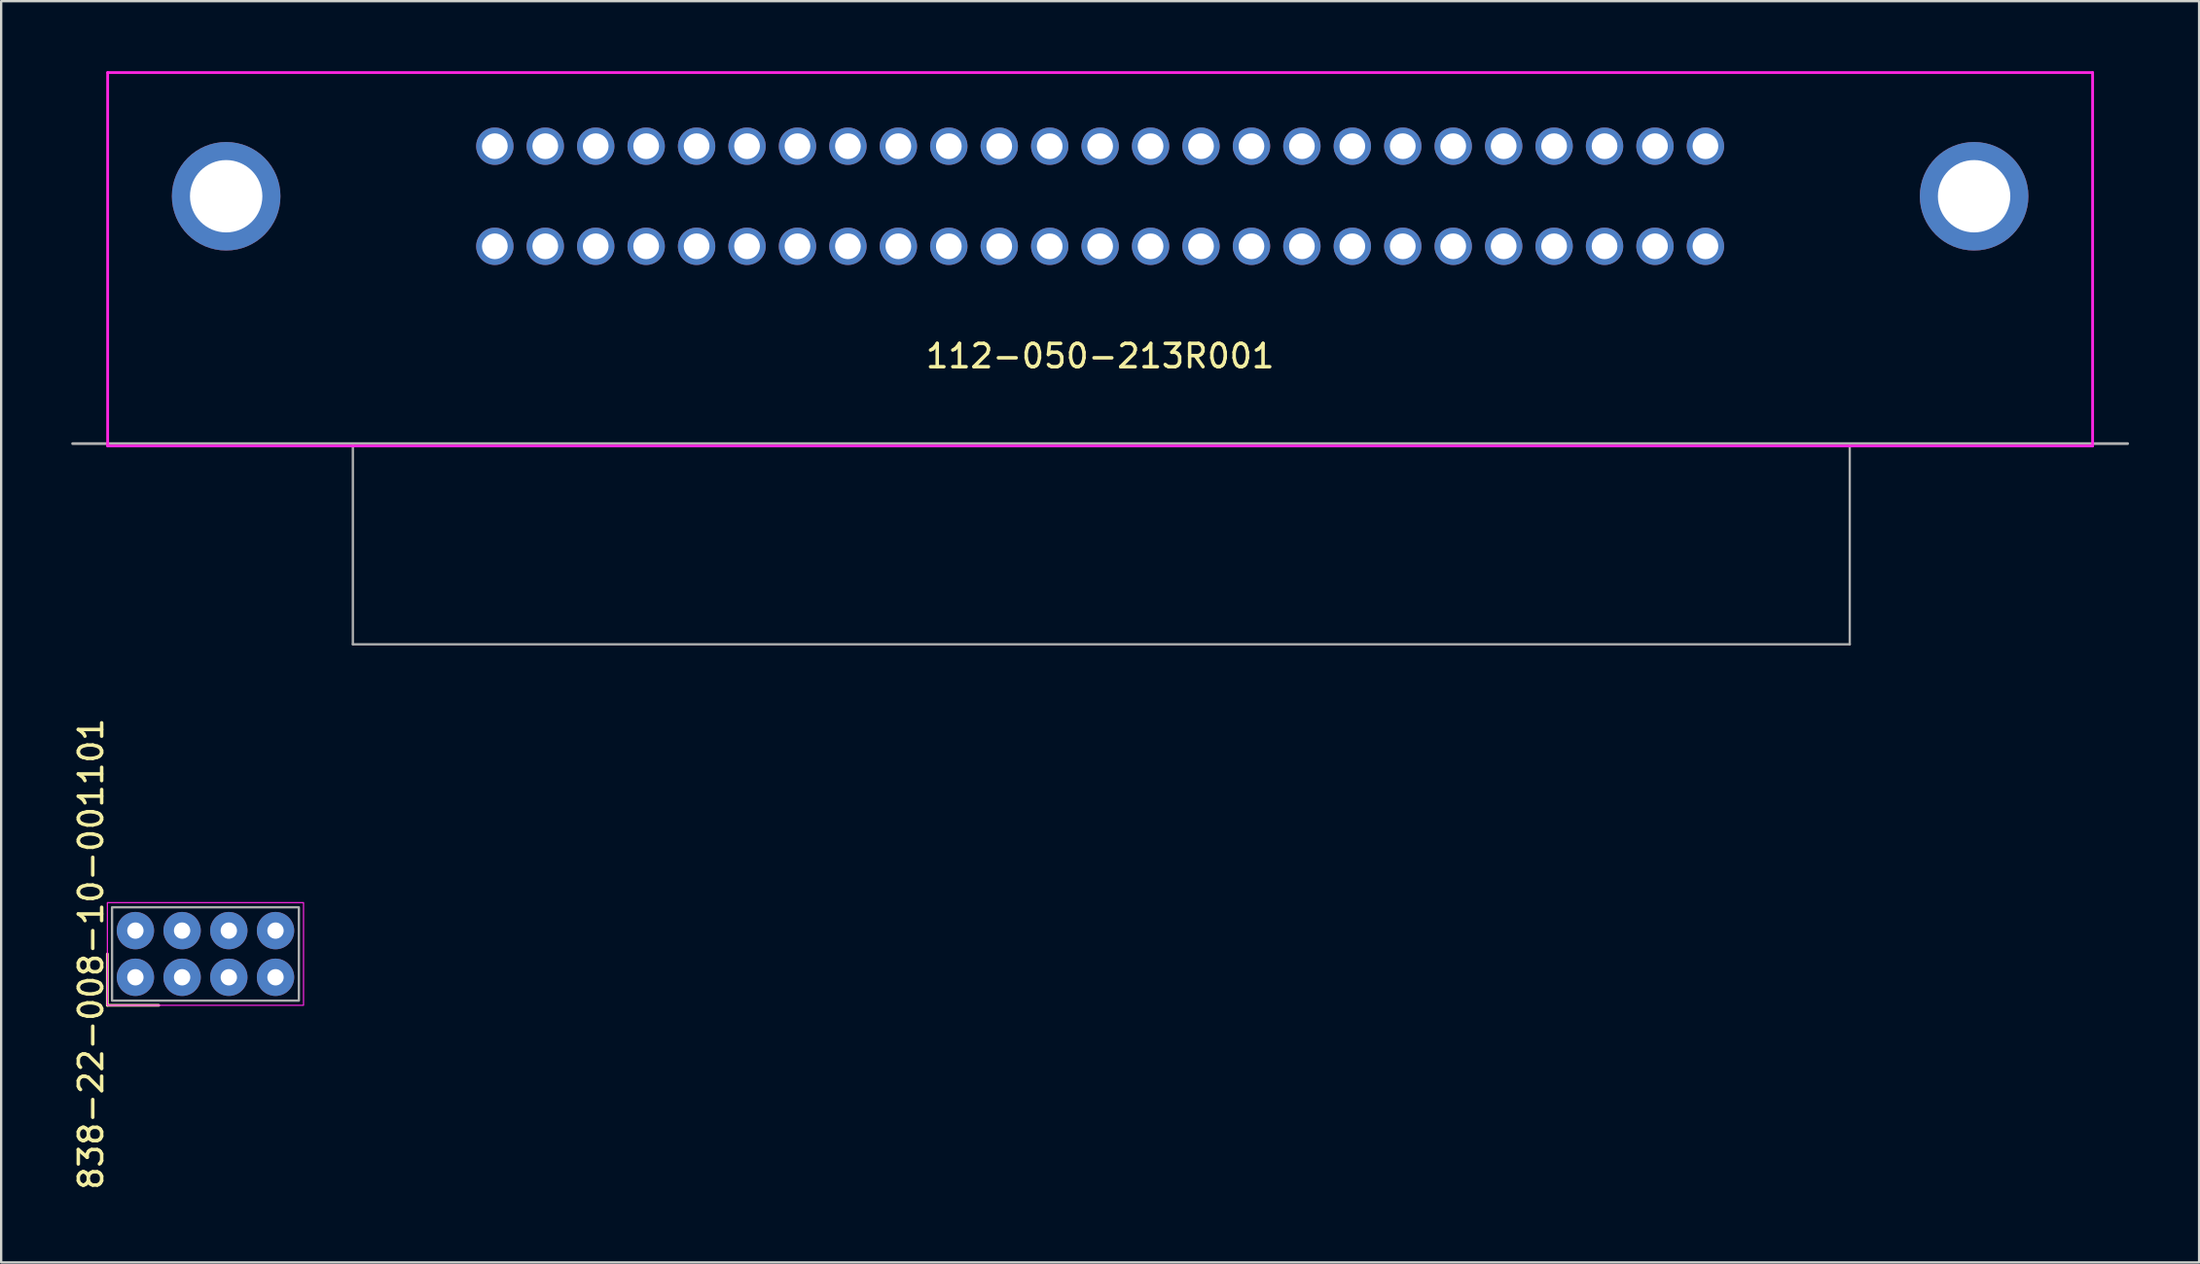
<source format=kicad_pcb>
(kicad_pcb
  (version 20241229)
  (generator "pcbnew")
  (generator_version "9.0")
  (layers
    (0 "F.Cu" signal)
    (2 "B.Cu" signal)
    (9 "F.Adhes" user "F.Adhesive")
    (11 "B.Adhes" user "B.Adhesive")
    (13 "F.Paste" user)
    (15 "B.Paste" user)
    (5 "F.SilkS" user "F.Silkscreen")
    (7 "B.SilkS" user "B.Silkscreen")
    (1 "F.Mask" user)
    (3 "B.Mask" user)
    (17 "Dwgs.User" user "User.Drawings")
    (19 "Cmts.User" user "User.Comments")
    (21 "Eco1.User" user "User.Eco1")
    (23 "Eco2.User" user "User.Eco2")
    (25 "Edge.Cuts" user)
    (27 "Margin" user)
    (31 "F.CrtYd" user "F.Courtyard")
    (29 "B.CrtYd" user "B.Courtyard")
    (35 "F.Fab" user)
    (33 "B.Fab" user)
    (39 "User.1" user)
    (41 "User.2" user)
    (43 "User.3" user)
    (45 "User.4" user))
  (footprint "112-050-213R001"
    (layer "F.Cu")
    (at 44.06 5.36)
    (property "Reference" "112-050-213R001" (at 0 6.85 180) (layer "F.SilkS") (effects (font (size 1 1) (thickness 0.15))))
    (fp_line (start -42.5 -5.3) (end 42.5 -5.3) (stroke (width 0.12) (type solid)) (layer "F.CrtYd"))
    (fp_line (start -42.5 10.7) (end -42.5 -5.3) (stroke (width 0.12) (type solid)) (layer "F.CrtYd"))
    (fp_line (start 42.5 -5.3) (end 42.5 10.7) (stroke (width 0.12) (type solid)) (layer "F.CrtYd"))
    (fp_line (start 42.5 10.7) (end -42.5 10.7) (stroke (width 0.12) (type solid)) (layer "F.CrtYd"))
    (fp_line (start -44 10.6) (end 44 10.6) (stroke (width 0.12) (type solid)) (layer "F.Fab"))
    (fp_line (start -32 19.2) (end -32 10.7) (stroke (width 0.1) (type default)) (layer "F.Fab"))
    (fp_line (start 32.1 19.2) (end -32 19.2) (stroke (width 0.1) (type default)) (layer "F.Fab"))
    (fp_line (start 32.1 19.2) (end 32.1 10.7) (stroke (width 0.1) (type default)) (layer "F.Fab"))
    (pad "1" thru_hole circle (at 25.92 -2.145) (size 1.6 1.6) (drill 1.1) (layers "*.Cu" "*.Mask"))
    (pad "2" thru_hole circle (at 23.76 -2.145) (size 1.6 1.6) (drill 1.1) (layers "*.Cu" "*.Mask"))
    (pad "3" thru_hole circle (at 21.6 -2.145) (size 1.6 1.6) (drill 1.1) (layers "*.Cu" "*.Mask"))
    (pad "4" thru_hole circle (at 19.44 -2.145) (size 1.6 1.6) (drill 1.1) (layers "*.Cu" "*.Mask"))
    (pad "5" thru_hole circle (at 17.28 -2.145) (size 1.6 1.6) (drill 1.1) (layers "*.Cu" "*.Mask"))
    (pad "6" thru_hole circle (at 15.12 -2.145) (size 1.6 1.6) (drill 1.1) (layers "*.Cu" "*.Mask"))
    (pad "7" thru_hole circle (at 12.96 -2.145) (size 1.6 1.6) (drill 1.1) (layers "*.Cu" "*.Mask"))
    (pad "8" thru_hole circle (at 10.8 -2.145) (size 1.6 1.6) (drill 1.1) (layers "*.Cu" "*.Mask"))
    (pad "9" thru_hole circle (at 8.64 -2.145) (size 1.6 1.6) (drill 1.1) (layers "*.Cu" "*.Mask"))
    (pad "10" thru_hole circle (at 6.48 -2.145) (size 1.6 1.6) (drill 1.1) (layers "*.Cu" "*.Mask"))
    (pad "11" thru_hole circle (at 4.32 -2.145) (size 1.6 1.6) (drill 1.1) (layers "*.Cu" "*.Mask"))
    (pad "12" thru_hole circle (at 2.16 -2.145) (size 1.6 1.6) (drill 1.1) (layers "*.Cu" "*.Mask"))
    (pad "13" thru_hole circle (at 0 -2.145) (size 1.6 1.6) (drill 1.1) (layers "*.Cu" "*.Mask"))
    (pad "14" thru_hole circle (at -2.16 -2.145) (size 1.6 1.6) (drill 1.1) (layers "*.Cu" "*.Mask"))
    (pad "15" thru_hole circle (at -4.32 -2.145) (size 1.6 1.6) (drill 1.1) (layers "*.Cu" "*.Mask"))
    (pad "16" thru_hole circle (at -6.48 -2.145) (size 1.6 1.6) (drill 1.1) (layers "*.Cu" "*.Mask"))
    (pad "17" thru_hole circle (at -8.64 -2.145) (size 1.6 1.6) (drill 1.1) (layers "*.Cu" "*.Mask"))
    (pad "18" thru_hole circle (at -10.8 -2.145) (size 1.6 1.6) (drill 1.1) (layers "*.Cu" "*.Mask"))
    (pad "19" thru_hole circle (at -12.96 -2.145) (size 1.6 1.6) (drill 1.1) (layers "*.Cu" "*.Mask"))
    (pad "20" thru_hole circle (at -15.12 -2.145) (size 1.6 1.6) (drill 1.1) (layers "*.Cu" "*.Mask"))
    (pad "21" thru_hole circle (at -17.28 -2.145) (size 1.6 1.6) (drill 1.1) (layers "*.Cu" "*.Mask"))
    (pad "22" thru_hole circle (at -19.44 -2.145) (size 1.6 1.6) (drill 1.1) (layers "*.Cu" "*.Mask"))
    (pad "23" thru_hole circle (at -21.6 -2.145) (size 1.6 1.6) (drill 1.1) (layers "*.Cu" "*.Mask"))
    (pad "24" thru_hole circle (at -23.76 -2.145) (size 1.6 1.6) (drill 1.1) (layers "*.Cu" "*.Mask"))
    (pad "25" thru_hole circle (at -25.92 -2.145) (size 1.6 1.6) (drill 1.1) (layers "*.Cu" "*.Mask"))
    (pad "26" thru_hole circle (at 25.92 2.145) (size 1.6 1.6) (drill 1.1) (layers "*.Cu" "*.Mask"))
    (pad "27" thru_hole circle (at 23.76 2.145) (size 1.6 1.6) (drill 1.1) (layers "*.Cu" "*.Mask"))
    (pad "28" thru_hole circle (at 21.6 2.145) (size 1.6 1.6) (drill 1.1) (layers "*.Cu" "*.Mask"))
    (pad "29" thru_hole circle (at 19.44 2.145) (size 1.6 1.6) (drill 1.1) (layers "*.Cu" "*.Mask"))
    (pad "30" thru_hole circle (at 17.28 2.145) (size 1.6 1.6) (drill 1.1) (layers "*.Cu" "*.Mask"))
    (pad "31" thru_hole circle (at 15.12 2.145) (size 1.6 1.6) (drill 1.1) (layers "*.Cu" "*.Mask"))
    (pad "32" thru_hole circle (at 12.96 2.145) (size 1.6 1.6) (drill 1.1) (layers "*.Cu" "*.Mask"))
    (pad "33" thru_hole circle (at 10.8 2.145) (size 1.6 1.6) (drill 1.1) (layers "*.Cu" "*.Mask"))
    (pad "34" thru_hole circle (at 8.64 2.145) (size 1.6 1.6) (drill 1.1) (layers "*.Cu" "*.Mask"))
    (pad "35" thru_hole circle (at 6.48 2.145) (size 1.6 1.6) (drill 1.1) (layers "*.Cu" "*.Mask"))
    (pad "36" thru_hole circle (at 4.32 2.145) (size 1.6 1.6) (drill 1.1) (layers "*.Cu" "*.Mask"))
    (pad "37" thru_hole circle (at 2.16 2.145) (size 1.6 1.6) (drill 1.1) (layers "*.Cu" "*.Mask"))
    (pad "38" thru_hole circle (at 0 2.145) (size 1.6 1.6) (drill 1.1) (layers "*.Cu" "*.Mask"))
    (pad "39" thru_hole circle (at -2.16 2.145) (size 1.6 1.6) (drill 1.1) (layers "*.Cu" "*.Mask"))
    (pad "40" thru_hole circle (at -4.32 2.145) (size 1.6 1.6) (drill 1.1) (layers "*.Cu" "*.Mask"))
    (pad "41" thru_hole circle (at -6.48 2.145) (size 1.6 1.6) (drill 1.1) (layers "*.Cu" "*.Mask"))
    (pad "42" thru_hole circle (at -8.64 2.145) (size 1.6 1.6) (drill 1.1) (layers "*.Cu" "*.Mask"))
    (pad "43" thru_hole circle (at -10.8 2.145) (size 1.6 1.6) (drill 1.1) (layers "*.Cu" "*.Mask"))
    (pad "44" thru_hole circle (at -12.96 2.145) (size 1.6 1.6) (drill 1.1) (layers "*.Cu" "*.Mask"))
    (pad "45" thru_hole circle (at -15.12 2.145) (size 1.6 1.6) (drill 1.1) (layers "*.Cu" "*.Mask"))
    (pad "46" thru_hole circle (at -17.28 2.145) (size 1.6 1.6) (drill 1.1) (layers "*.Cu" "*.Mask"))
    (pad "47" thru_hole circle (at -19.44 2.145) (size 1.6 1.6) (drill 1.1) (layers "*.Cu" "*.Mask"))
    (pad "48" thru_hole circle (at -21.6 2.145) (size 1.6 1.6) (drill 1.1) (layers "*.Cu" "*.Mask"))
    (pad "49" thru_hole circle (at -23.76 2.145) (size 1.6 1.6) (drill 1.1) (layers "*.Cu" "*.Mask"))
    (pad "50" thru_hole circle (at -25.92 2.145) (size 1.6 1.6) (drill 1.1) (layers "*.Cu" "*.Mask"))
    (pad "SHIELD" thru_hole circle (at -37.425 0) (size 4.65 4.65) (drill 3.1) (layers "*.Cu" "*.Mask"))
    (pad "SHIELD" thru_hole circle (at 37.425 0) (size 4.65 4.65) (drill 3.1) (layers "*.Cu" "*.Mask")))
  (footprint "838-22-008-10-001101"
    (layer "F.Cu")
    (at 5.748 37.83)
    (property "Reference" "838-22-008-10-001101" (at -4.9 0 90) (unlocked yes) (layer "F.SilkS") (effects (font (size 1 1) (thickness 0.15))))
    (attr through_hole)
    (fp_line (start -4.2 0) (end -4.2 2.2) (stroke (width 0.12) (type default)) (layer "F.SilkS"))
    (fp_line (start -4.2 2.2) (end -2 2.2) (stroke (width 0.12) (type default)) (layer "F.SilkS"))
    (fp_rect (start -4.2 -2.2) (end 4.2 2.2) (stroke (width 0.05) (type default)) (fill no) (layer "F.CrtYd"))
    (fp_rect (start -4 -2) (end 4 2) (stroke (width 0.1) (type default)) (fill no) (layer "F.Fab"))
    (pad "1" thru_hole circle (at -3 1) (size 1.6 1.6) (drill 0.7) (layers "*.Cu" "*.Mask") (remove_unused_layers yes) (keep_end_layers yes) (zone_layer_connections))
    (pad "2" thru_hole circle (at -3 -1) (size 1.6 1.6) (drill 0.7) (layers "*.Cu" "*.Mask") (remove_unused_layers yes) (keep_end_layers yes) (zone_layer_connections))
    (pad "3" thru_hole circle (at -1 1) (size 1.6 1.6) (drill 0.7) (layers "*.Cu" "*.Mask") (remove_unused_layers yes) (keep_end_layers yes) (zone_layer_connections))
    (pad "4" thru_hole circle (at -1 -1) (size 1.6 1.6) (drill 0.7) (layers "*.Cu" "*.Mask") (remove_unused_layers yes) (keep_end_layers yes) (zone_layer_connections))
    (pad "5" thru_hole circle (at 1 1) (size 1.6 1.6) (drill 0.7) (layers "*.Cu" "*.Mask") (remove_unused_layers yes) (keep_end_layers yes) (zone_layer_connections))
    (pad "6" thru_hole circle (at 1 -1) (size 1.6 1.6) (drill 0.7) (layers "*.Cu" "*.Mask") (remove_unused_layers yes) (keep_end_layers yes) (zone_layer_connections))
    (pad "7" thru_hole circle (at 3 1) (size 1.6 1.6) (drill 0.7) (layers "*.Cu" "*.Mask") (remove_unused_layers yes) (keep_end_layers yes) (zone_layer_connections))
    (pad "8" thru_hole circle (at 3 -1) (size 1.6 1.6) (drill 0.7) (layers "*.Cu" "*.Mask") (remove_unused_layers yes) (keep_end_layers yes) (zone_layer_connections)))
  (gr_rect
    (start -3 -3)
    (end 91.12 51.05)
    (stroke (width 0.1) (type default))
    (fill no)
    (layer "Edge.Cuts")))
</source>
